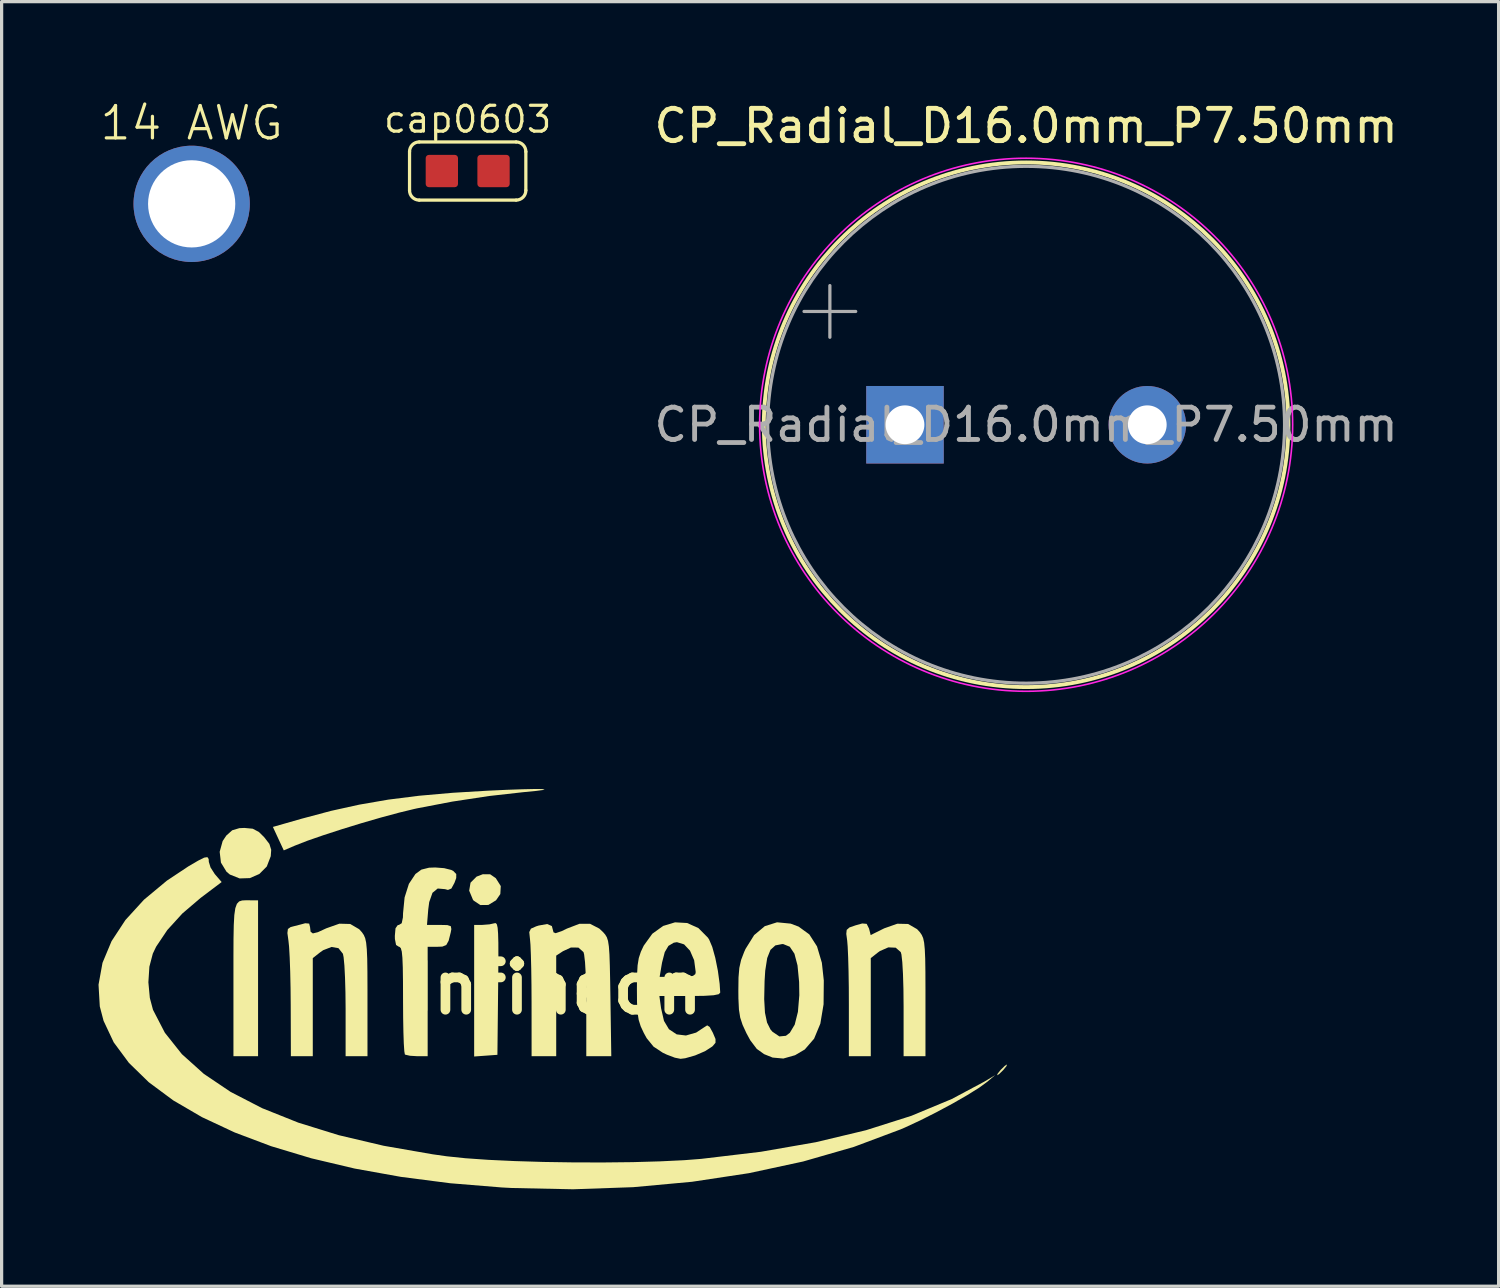
<source format=kicad_pcb>
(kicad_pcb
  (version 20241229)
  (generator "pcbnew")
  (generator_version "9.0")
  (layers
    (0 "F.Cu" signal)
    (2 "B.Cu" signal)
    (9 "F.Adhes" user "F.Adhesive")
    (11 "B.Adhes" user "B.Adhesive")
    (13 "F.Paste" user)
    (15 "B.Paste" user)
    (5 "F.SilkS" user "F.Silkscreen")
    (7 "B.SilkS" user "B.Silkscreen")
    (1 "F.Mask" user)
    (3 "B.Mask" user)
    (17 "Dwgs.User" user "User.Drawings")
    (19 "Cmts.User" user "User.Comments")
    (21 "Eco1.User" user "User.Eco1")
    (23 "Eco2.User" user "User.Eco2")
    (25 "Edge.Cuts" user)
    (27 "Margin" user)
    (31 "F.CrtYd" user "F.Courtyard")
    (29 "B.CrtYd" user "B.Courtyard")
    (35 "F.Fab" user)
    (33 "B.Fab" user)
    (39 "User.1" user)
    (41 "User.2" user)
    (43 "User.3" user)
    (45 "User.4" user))
  (footprint "cap0603"
    (layer "F.Cu")
    (at 11.427 2.244)
    (property "Reference" "cap0603" (at 0 -1.6 0) (unlocked yes) (layer "F.SilkS") (effects (font (size 0.8 0.8) (thickness 0.1))))
    (attr smd)
    (fp_line (start -1.8 0.6) (end -1.8 -0.6) (stroke (width 0.1) (type default)) (layer "F.SilkS"))
    (fp_line (start -1.5 -0.9) (end 1.5 -0.9) (stroke (width 0.1) (type default)) (layer "F.SilkS"))
    (fp_line (start -1.5 0.9) (end 1.5 0.9) (stroke (width 0.1) (type default)) (layer "F.SilkS"))
    (fp_line (start 1.8 -0.6) (end 1.8 0.6) (stroke (width 0.1) (type default)) (layer "F.SilkS"))
    (fp_arc (start -1.8 -0.6) (mid -1.712132 -0.812132) (end -1.5 -0.9) (stroke (width 0.1) (type default)) (layer "F.SilkS"))
    (fp_arc (start -1.5 0.9) (mid -1.712132 0.812132) (end -1.8 0.6) (stroke (width 0.1) (type default)) (layer "F.SilkS"))
    (fp_arc (start 1.5 -0.9) (mid 1.712132 -0.812132) (end 1.8 -0.6) (stroke (width 0.1) (type default)) (layer "F.SilkS"))
    (fp_arc (start 1.8 0.6) (mid 1.712132 0.812132) (end 1.5 0.9) (stroke (width 0.1) (type default)) (layer "F.SilkS"))
    (pad "1" smd roundrect (at -0.8 0) (size 1 1) (layers "F.Cu" "F.Mask" "F.Paste") (roundrect_rratio 0.1))
    (pad "2" smd roundrect (at 0.8 0) (size 1 1) (layers "F.Cu" "F.Mask" "F.Paste") (roundrect_rratio 0.1)))
  (footprint "14 AWG"
    (layer "F.Cu")
    (at 2.883 3.26)
    (property "Reference" "14 AWG" (at 0 -2.5 0) (unlocked yes) (layer "F.SilkS") (effects (font (size 1 1) (thickness 0.1))))
    (attr through_hole)
    (pad "1" thru_hole circle (at 0 0) (size 3.6 3.6) (drill 2.7) (layers "*.Cu" "*.Mask" "Eco1.User")))
  (footprint "Infineon"
    (layer "F.Cu")
    (at 14.167 27.527)
    (property "Reference" "Infineon" (at 0 0 0) (layer "F.SilkS") (effects (font (size 1.5 1.5) (thickness 0.3))))
    (attr board_only exclude_from_pos_files exclude_from_bom)
    (fp_poly (pts (xy 13.937 2.424) (xy 13.843 2.54) (xy 13.716 2.665) (xy 13.647 2.709) (xy 13.665 2.656) (xy 13.758 2.54) (xy 13.886 2.415) (xy 13.954 2.371)) (stroke (width 0) (type solid)) (fill yes) (layer "F.SilkS"))
    (fp_poly (pts (xy -2.046 -3.515) (xy -1.87 -3.394) (xy -1.716 -3.15) (xy -1.73 -2.902) (xy -1.863 -2.709) (xy -2.1 -2.565) (xy -2.348 -2.562) (xy -2.555 -2.699) (xy -2.578 -2.728) (xy -2.694 -3.007) (xy -2.652 -3.255) (xy -2.465 -3.442) (xy -2.272 -3.516)) (stroke (width 0) (type solid)) (fill yes) (layer "F.SilkS"))
    (fp_poly (pts (xy -9.476 -2.709) (xy -9.229 -2.709) (xy -9.229 -0.296) (xy -9.229 2.117) (xy -9.61 2.117) (xy -9.991 2.117) (xy -9.991 -0.245) (xy -9.991 -0.955) (xy -9.989 -1.515) (xy -9.981 -1.941) (xy -9.964 -2.251) (xy -9.933 -2.465) (xy -9.884 -2.6) (xy -9.815 -2.674) (xy -9.721 -2.704) (xy -9.599 -2.71)) (stroke (width 0) (type solid)) (fill yes) (layer "F.SilkS"))
    (fp_poly (pts (xy -1.836 -1.961) (xy -1.813 -1.858) (xy -1.799 -1.674) (xy -1.791 -1.39) (xy -1.79 -0.987) (xy -1.793 -0.447) (xy -1.798 0.012) (xy -1.82 2.074) (xy -2.18 2.1) (xy -2.54 2.126) (xy -2.54 0.09) (xy -2.54 -1.947) (xy -2.293 -1.947) (xy -2.063 -1.965) (xy -1.91 -1.999) (xy -1.868 -2.002)) (stroke (width 0) (type solid)) (fill yes) (layer "F.SilkS"))
    (fp_poly (pts (xy -9.395 -4.925) (xy -9.204 -4.825) (xy -9.041 -4.664) (xy -8.879 -4.455) (xy -8.822 -4.273) (xy -8.836 -4.074) (xy -8.959 -3.755) (xy -9.189 -3.524) (xy -9.483 -3.396) (xy -9.801 -3.386) (xy -10.101 -3.506) (xy -10.206 -3.594) (xy -10.378 -3.876) (xy -10.417 -4.21) (xy -10.325 -4.543) (xy -10.211 -4.714) (xy -10.028 -4.877) (xy -9.808 -4.942) (xy -9.652 -4.949)) (stroke (width 0) (type solid)) (fill yes) (layer "F.SilkS"))
    (fp_poly (pts (xy -0.453 -6.153) (xy -0.358 -6.142) (xy -0.408 -6.123) (xy -0.611 -6.096) (xy -0.975 -6.06) (xy -0.991 -6.059) (xy -2.078 -5.937) (xy -3.218 -5.764) (xy -4.308 -5.555) (xy -4.403 -5.534) (xy -4.869 -5.421) (xy -5.425 -5.271) (xy -6.029 -5.096) (xy -6.637 -4.909) (xy -7.21 -4.723) (xy -7.703 -4.552) (xy -8.075 -4.407) (xy -8.085 -4.403) (xy -8.433 -4.254) (xy -8.602 -4.617) (xy -8.77 -4.98) (xy -7.878 -5.235) (xy -6.975 -5.476) (xy -6.095 -5.67) (xy -5.199 -5.825) (xy -4.248 -5.945) (xy -3.203 -6.037) (xy -2.132 -6.101) (xy -1.534 -6.129) (xy -1.049 -6.146) (xy -0.686 -6.154)) (stroke (width 0) (type solid)) (fill yes) (layer "F.SilkS"))
    (fp_poly (pts (xy 9.61 -1.98) (xy 9.683 -1.835) (xy 9.734 -1.633) (xy 10.153 -1.841) (xy 10.558 -1.984) (xy 10.894 -1.976) (xy 11.17 -1.816) (xy 11.26 -1.718) (xy 11.316 -1.635) (xy 11.359 -1.536) (xy 11.389 -1.396) (xy 11.409 -1.191) (xy 11.422 -0.898) (xy 11.428 -0.493) (xy 11.43 0.049) (xy 11.43 0.308) (xy 11.43 2.117) (xy 11.091 2.117) (xy 10.753 2.117) (xy 10.753 0.587) (xy 10.748 0.041) (xy 10.734 -0.427) (xy 10.713 -0.793) (xy 10.686 -1.032) (xy 10.665 -1.106) (xy 10.509 -1.242) (xy 10.28 -1.252) (xy 10.02 -1.138) (xy 9.96 -1.095) (xy 9.737 -0.919) (xy 9.737 0.599) (xy 9.737 2.117) (xy 9.398 2.117) (xy 9.059 2.117) (xy 9.059 0.52) (xy 9.057 -0.013) (xy 9.049 -0.513) (xy 9.037 -0.947) (xy 9.022 -1.278) (xy 9.007 -1.461) (xy 8.979 -1.67) (xy 8.992 -1.793) (xy 9.078 -1.869) (xy 9.269 -1.935) (xy 9.473 -1.992)) (stroke (width 0) (type solid)) (fill yes) (layer "F.SilkS"))
    (fp_poly (pts (xy 1.335 -1.833) (xy 1.45 -1.725) (xy 1.516 -1.649) (xy 1.567 -1.565) (xy 1.604 -1.451) (xy 1.63 -1.281) (xy 1.648 -1.033) (xy 1.66 -0.683) (xy 1.67 -0.207) (xy 1.678 0.303) (xy 1.705 2.117) (xy 1.318 2.117) (xy 0.931 2.117) (xy 0.931 0.587) (xy 0.926 0.041) (xy 0.913 -0.427) (xy 0.892 -0.793) (xy 0.864 -1.032) (xy 0.844 -1.106) (xy 0.687 -1.245) (xy 0.456 -1.248) (xy 0.209 -1.133) (xy 0 -0.997) (xy 0 0.56) (xy 0 2.117) (xy -0.381 2.117) (xy -0.762 2.117) (xy -0.763 0.445) (xy -0.766 -0.092) (xy -0.773 -0.589) (xy -0.784 -1.014) (xy -0.797 -1.336) (xy -0.813 -1.522) (xy -0.814 -1.528) (xy -0.834 -1.725) (xy -0.783 -1.831) (xy -0.621 -1.903) (xy -0.541 -1.928) (xy -0.28 -1.975) (xy -0.135 -1.912) (xy -0.086 -1.729) (xy -0.086 -1.719) (xy -0.018 -1.691) (xy 0.173 -1.756) (xy 0.331 -1.833) (xy 0.72 -1.982) (xy 1.047 -1.982)) (stroke (width 0) (type solid)) (fill yes) (layer "F.SilkS"))
    (fp_poly (pts (xy -7.647 -1.988) (xy -7.62 -1.882) (xy -7.603 -1.737) (xy -7.533 -1.684) (xy -7.377 -1.722) (xy -7.117 -1.842) (xy -6.712 -1.985) (xy -6.376 -1.976) (xy -6.099 -1.814) (xy -6.012 -1.718) (xy -5.956 -1.635) (xy -5.913 -1.536) (xy -5.883 -1.396) (xy -5.863 -1.191) (xy -5.85 -0.898) (xy -5.844 -0.493) (xy -5.842 0.049) (xy -5.842 0.308) (xy -5.842 2.117) (xy -6.181 2.117) (xy -6.519 2.117) (xy -6.519 0.641) (xy -6.524 0.142) (xy -6.537 -0.31) (xy -6.556 -0.684) (xy -6.581 -0.947) (xy -6.602 -1.053) (xy -6.74 -1.227) (xy -6.953 -1.265) (xy -7.214 -1.164) (xy -7.312 -1.095) (xy -7.535 -0.919) (xy -7.535 0.599) (xy -7.535 2.117) (xy -7.874 2.117) (xy -8.213 2.117) (xy -8.218 0.529) (xy -8.223 -0.003) (xy -8.234 -0.505) (xy -8.25 -0.94) (xy -8.269 -1.273) (xy -8.288 -1.455) (xy -8.321 -1.696) (xy -8.305 -1.821) (xy -8.223 -1.879) (xy -8.135 -1.903) (xy -7.908 -1.961) (xy -7.768 -1.999)) (stroke (width 0) (type solid)) (fill yes) (layer "F.SilkS"))
    (fp_poly (pts (xy 7.257 -1.987) (xy 7.504 -1.894) (xy 7.835 -1.653) (xy 8.073 -1.282) (xy 8.223 -0.776) (xy 8.283 -0.227) (xy 8.276 0.51) (xy 8.176 1.109) (xy 7.983 1.574) (xy 7.694 1.909) (xy 7.394 2.086) (xy 7.03 2.189) (xy 6.698 2.159) (xy 6.435 2.053) (xy 6.208 1.89) (xy 6.007 1.624) (xy 5.889 1.407) (xy 5.77 1.149) (xy 5.696 0.924) (xy 5.656 0.674) (xy 5.641 0.351) (xy 6.438 0.351) (xy 6.462 0.771) (xy 6.526 1.075) (xy 6.632 1.288) (xy 6.693 1.359) (xy 6.909 1.505) (xy 7.11 1.485) (xy 7.231 1.393) (xy 7.383 1.139) (xy 7.482 0.744) (xy 7.525 0.23) (xy 7.519 -0.18) (xy 7.469 -0.695) (xy 7.374 -1.056) (xy 7.229 -1.272) (xy 7.029 -1.353) (xy 6.996 -1.355) (xy 6.784 -1.313) (xy 6.632 -1.175) (xy 6.531 -0.921) (xy 6.47 -0.531) (xy 6.45 -0.21) (xy 6.438 0.351) (xy 5.641 0.351) (xy 5.64 0.344) (xy 5.638 0.095) (xy 5.643 -0.317) (xy 5.668 -0.617) (xy 5.723 -0.862) (xy 5.817 -1.108) (xy 5.86 -1.204) (xy 6.127 -1.632) (xy 6.456 -1.908) (xy 6.836 -2.028)) (stroke (width 0) (type solid)) (fill yes) (layer "F.SilkS"))
    (fp_poly (pts (xy -3.47 -3.704) (xy -3.249 -3.649) (xy -3.187 -3.618) (xy -3.094 -3.522) (xy -3.095 -3.398) (xy -3.15 -3.248) (xy -3.245 -3.073) (xy -3.351 -3.03) (xy -3.442 -3.054) (xy -3.668 -3.074) (xy -3.83 -2.941) (xy -3.931 -2.653) (xy -3.961 -2.426) (xy -4 -1.947) (xy -3.607 -1.947) (xy -3.37 -1.942) (xy -3.262 -1.907) (xy -3.246 -1.817) (xy -3.265 -1.714) (xy -3.33 -1.457) (xy -3.403 -1.325) (xy -3.524 -1.276) (xy -3.68 -1.27) (xy -3.979 -1.27) (xy -3.979 0.423) (xy -3.979 2.117) (xy -4.304 2.117) (xy -4.528 2.103) (xy -4.671 2.07) (xy -4.685 2.06) (xy -4.702 1.962) (xy -4.718 1.721) (xy -4.73 1.365) (xy -4.738 0.92) (xy -4.741 0.414) (xy -4.741 0.367) (xy -4.743 -0.206) (xy -4.749 -0.631) (xy -4.761 -0.929) (xy -4.78 -1.12) (xy -4.809 -1.225) (xy -4.849 -1.267) (xy -4.868 -1.27) (xy -4.957 -1.326) (xy -4.993 -1.511) (xy -4.995 -1.609) (xy -4.974 -1.844) (xy -4.905 -1.941) (xy -4.868 -1.947) (xy -4.782 -2) (xy -4.745 -2.178) (xy -4.741 -2.307) (xy -4.693 -2.798) (xy -4.56 -3.218) (xy -4.357 -3.524) (xy -4.357 -3.524) (xy -4.173 -3.659) (xy -3.937 -3.718) (xy -3.745 -3.725)) (stroke (width 0) (type solid)) (fill yes) (layer "F.SilkS"))
    (fp_poly (pts (xy 4.053 -2.006) (xy 4.402 -1.849) (xy 4.695 -1.553) (xy 4.734 -1.493) (xy 4.83 -1.267) (xy 4.924 -0.928) (xy 5.004 -0.529) (xy 5.059 -0.125) (xy 5.077 0.148) (xy 5.03 0.198) (xy 4.873 0.23) (xy 4.586 0.248) (xy 4.15 0.254) (xy 4.137 0.254) (xy 3.194 0.254) (xy 3.246 0.633) (xy 3.336 1.024) (xy 3.49 1.282) (xy 3.728 1.44) (xy 3.729 1.441) (xy 4.015 1.476) (xy 4.331 1.386) (xy 4.578 1.223) (xy 4.674 1.162) (xy 4.751 1.212) (xy 4.848 1.389) (xy 4.931 1.585) (xy 4.931 1.7) (xy 4.845 1.803) (xy 4.826 1.82) (xy 4.605 1.962) (xy 4.3 2.093) (xy 3.994 2.18) (xy 3.849 2.198) (xy 3.673 2.163) (xy 3.425 2.069) (xy 3.301 2.011) (xy 3.013 1.821) (xy 2.8 1.559) (xy 2.712 1.399) (xy 2.615 1.191) (xy 2.553 0.994) (xy 2.517 0.76) (xy 2.501 0.446) (xy 2.498 0.042) (xy 2.501 -0.339) (xy 3.202 -0.339) (xy 3.76 -0.339) (xy 4.064 -0.345) (xy 4.234 -0.37) (xy 4.306 -0.424) (xy 4.318 -0.487) (xy 4.27 -0.853) (xy 4.142 -1.149) (xy 3.958 -1.345) (xy 3.737 -1.413) (xy 3.637 -1.396) (xy 3.474 -1.298) (xy 3.36 -1.105) (xy 3.277 -0.784) (xy 3.262 -0.699) (xy 3.202 -0.339) (xy 2.501 -0.339) (xy 2.502 -0.388) (xy 2.519 -0.694) (xy 2.556 -0.922) (xy 2.62 -1.116) (xy 2.709 -1.305) (xy 2.975 -1.674) (xy 3.309 -1.915) (xy 3.678 -2.027)) (stroke (width 0) (type solid)) (fill yes) (layer "F.SilkS"))
    (fp_poly (pts (xy -10.758 -3.987) (xy -10.753 -3.899) (xy -10.7 -3.726) (xy -10.57 -3.523) (xy -10.554 -3.504) (xy -10.356 -3.274) (xy -11.007 -2.783) (xy -11.571 -2.302) (xy -12.039 -1.788) (xy -12.384 -1.273) (xy -12.487 -1.058) (xy -12.593 -0.654) (xy -12.624 -0.171) (xy -12.579 0.314) (xy -12.481 0.681) (xy -12.114 1.39) (xy -11.588 2.052) (xy -10.908 2.663) (xy -10.078 3.222) (xy -9.102 3.726) (xy -7.984 4.173) (xy -6.73 4.562) (xy -5.342 4.889) (xy -3.825 5.153) (xy -3.387 5.215) (xy -2.811 5.275) (xy -2.098 5.325) (xy -1.283 5.363) (xy -0.396 5.39) (xy 0.529 5.404) (xy 1.46 5.406) (xy 2.363 5.396) (xy 3.207 5.372) (xy 3.958 5.336) (xy 4.487 5.295) (xy 6.336 5.075) (xy 8.036 4.779) (xy 9.589 4.408) (xy 10.991 3.963) (xy 12.244 3.442) (xy 13.246 2.907) (xy 13.589 2.701) (xy 13.343 2.909) (xy 13.092 3.092) (xy 12.722 3.323) (xy 12.271 3.582) (xy 11.774 3.849) (xy 11.27 4.103) (xy 10.793 4.325) (xy 10.663 4.381) (xy 9.214 4.924) (xy 7.64 5.377) (xy 5.963 5.738) (xy 4.203 6.004) (xy 2.383 6.171) (xy 0.522 6.236) (xy -1.358 6.197) (xy -1.682 6.18) (xy -3.284 6.049) (xy -4.806 5.852) (xy -6.242 5.594) (xy -7.584 5.276) (xy -8.823 4.903) (xy -9.953 4.477) (xy -10.966 4.003) (xy -11.855 3.484) (xy -12.611 2.923) (xy -13.227 2.323) (xy -13.697 1.688) (xy -14.011 1.022) (xy -14.128 0.576) (xy -14.167 -0.097) (xy -14.044 -0.774) (xy -13.764 -1.444) (xy -13.335 -2.098) (xy -12.762 -2.726) (xy -12.052 -3.317) (xy -11.388 -3.758) (xy -11.084 -3.936) (xy -10.897 -4.03) (xy -10.797 -4.045)) (stroke (width 0) (type solid)) (fill yes) (layer "F.SilkS")))
  (footprint "CP_Radial_D16.0mm_P7.50mm"
    (layer "F.Cu")
    (at 24.963 10.098)
    (property "Reference" "CP_Radial_D16.0mm_P7.50mm" (at 3.75 -9.25 0) (layer "F.SilkS") (effects (font (size 1 1) (thickness 0.15))))
    (attr through_hole)
    (fp_circle (center 3.75 0) (end 11.87 0) (stroke (width 0.12) (type solid)) (fill no) (layer "F.SilkS"))
    (fp_circle (center 3.75 0) (end 12 0) (stroke (width 0.05) (type solid)) (fill no) (layer "F.CrtYd"))
    (fp_line (start -3.125 -3.507) (end -1.525 -3.507) (stroke (width 0.1) (type solid)) (layer "F.Fab"))
    (fp_line (start -2.325 -4.308) (end -2.325 -2.708) (stroke (width 0.1) (type solid)) (layer "F.Fab"))
    (fp_circle (center 3.75 0) (end 11.75 0) (stroke (width 0.1) (type solid)) (fill no) (layer "F.Fab"))
    (fp_text user "${REFERENCE}" (at 3.75 0 0) (layer "F.Fab") (effects (font (size 1 1) (thickness 0.15))))
    (pad "1" thru_hole rect (at 0 0) (size 2.4 2.4) (drill 1.2) (layers "*.Cu" "*.Mask"))
    (pad "2" thru_hole circle (at 7.5 0) (size 2.4 2.4) (drill 1.2) (layers "*.Cu" "*.Mask")))
  (gr_rect
    (start -3 -3)
    (end 43.338 36.764)
    (stroke (width 0.1) (type default))
    (fill no)
    (layer "Edge.Cuts")))
</source>
